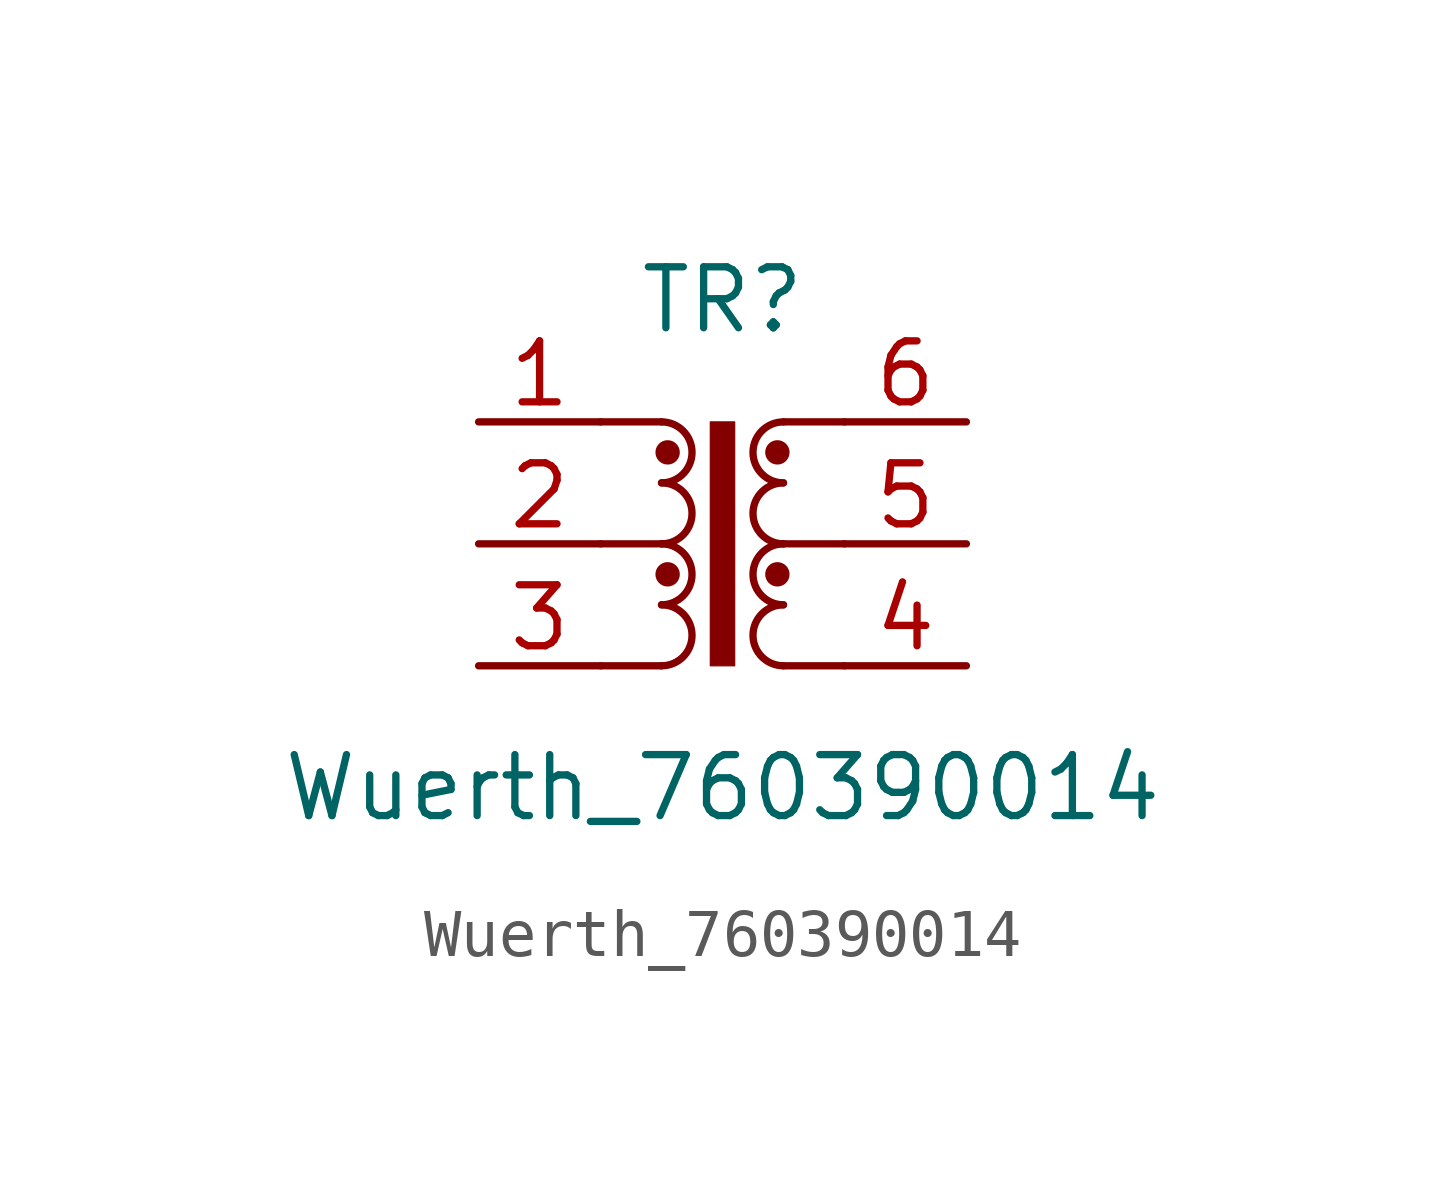
<source format=kicad_sym>
(kicad_symbol_lib
  (version 20241209)
  (generator "kicad_symbol_editor")
  (generator_version "9.0")
  (symbol "Wuerth_760390014"
    (property "Reference" "TR"
      (at 0 5.08 0)
      (effects (font (size 1.27 1.27))))
    (property "Value" "Wuerth_760390014"
      (at 0 -5.08 0)
      (effects (font (size 1.27 1.27))))
    (symbol "Wuerth_760390014_0_1"
      (polyline (pts (xy -2.54 2.54) (xy -1.27 2.54)) (stroke (width 0) (type default)) (fill (type none)))
      (polyline (pts (xy -2.54 0) (xy -1.27 0)) (stroke (width 0) (type default)) (fill (type none)))
      (polyline (pts (xy -2.54 -2.54) (xy -1.27 -2.54)) (stroke (width 0) (type default)) (fill (type none)))
      (arc (start -1.27 0) (mid -0.6377 -0.635) (end -1.27 -1.27) (stroke (width 0) (type default)) (fill (type none)))
      (arc (start -1.27 -1.27) (mid -0.6377 -1.905) (end -1.27 -2.54) (stroke (width 0) (type default)) (fill (type none)))
      (rectangle (start -0.254 2.54) (end 0.254 -2.54) (stroke (width 0.025) (type default)) (fill (type outline)))
      (polyline (pts (xy 1.27 2.54) (xy 2.54 2.54)) (stroke (width 0) (type default)) (fill (type none)))
      (polyline (pts (xy 1.27 0) (xy 2.54 0)) (stroke (width 0) (type default)) (fill (type none)))
      (polyline (pts (xy 1.27 -2.54) (xy 2.54 -2.54)) (stroke (width 0) (type default)) (fill (type none))))
    (symbol "Wuerth_760390014_1_1"
      (arc (start -1.27 2.54) (mid -0.6377 1.905) (end -1.27 1.27) (stroke (width 0) (type default)) (fill (type none)))
      (arc (start -1.27 1.27) (mid -0.6377 0.635) (end -1.27 0) (stroke (width 0) (type default)) (fill (type none)))
      (circle (center -1.143 1.905) (radius 0.127) (stroke (width 0.254) (type default)) (fill (type none)))
      (circle (center -1.143 -0.635) (radius 0.127) (stroke (width 0.254) (type default)) (fill (type none)))
      (circle (center 1.143 1.905) (radius 0.127) (stroke (width 0.254) (type default)) (fill (type none)))
      (circle (center 1.143 -0.635) (radius 0.127) (stroke (width 0.254) (type default)) (fill (type none)))
      (arc (start 1.27 1.27) (mid 0.6377 1.905) (end 1.27 2.54) (stroke (width 0) (type default)) (fill (type none)))
      (arc (start 1.27 0) (mid 0.6377 0.635) (end 1.27 1.27) (stroke (width 0) (type default)) (fill (type none)))
      (arc (start 1.27 -1.27) (mid 0.6377 -0.635) (end 1.27 0) (stroke (width 0) (type default)) (fill (type none)))
      (arc (start 1.27 -2.54) (mid 0.6377 -1.905) (end 1.27 -1.27) (stroke (width 0) (type default)) (fill (type none)))
      (pin passive line (at -5.08 2.54 0) (length 2.54) (name "~" (effects (font (size 1.27 1.27)))) (number "1" (effects (font (size 1.27 1.27)))))
      (pin passive line (at -5.08 0 0) (length 2.54) (name "~" (effects (font (size 1.27 1.27)))) (number "2" (effects (font (size 1.27 1.27)))))
      (pin passive line (at -5.08 -2.54 0) (length 2.54) (name "~" (effects (font (size 1.27 1.27)))) (number "3" (effects (font (size 1.27 1.27)))))
      (pin passive line (at 5.08 2.54 180) (length 2.54) (name "~" (effects (font (size 1.27 1.27)))) (number "6" (effects (font (size 1.27 1.27)))))
      (pin passive line (at 5.08 0 180) (length 2.54) (name "~" (effects (font (size 1.27 1.27)))) (number "5" (effects (font (size 1.27 1.27)))))
      (pin passive line (at 5.08 -2.54 180) (length 2.54) (name "~" (effects (font (size 1.27 1.27)))) (number "4" (effects (font (size 1.27 1.27))))))))
</source>
